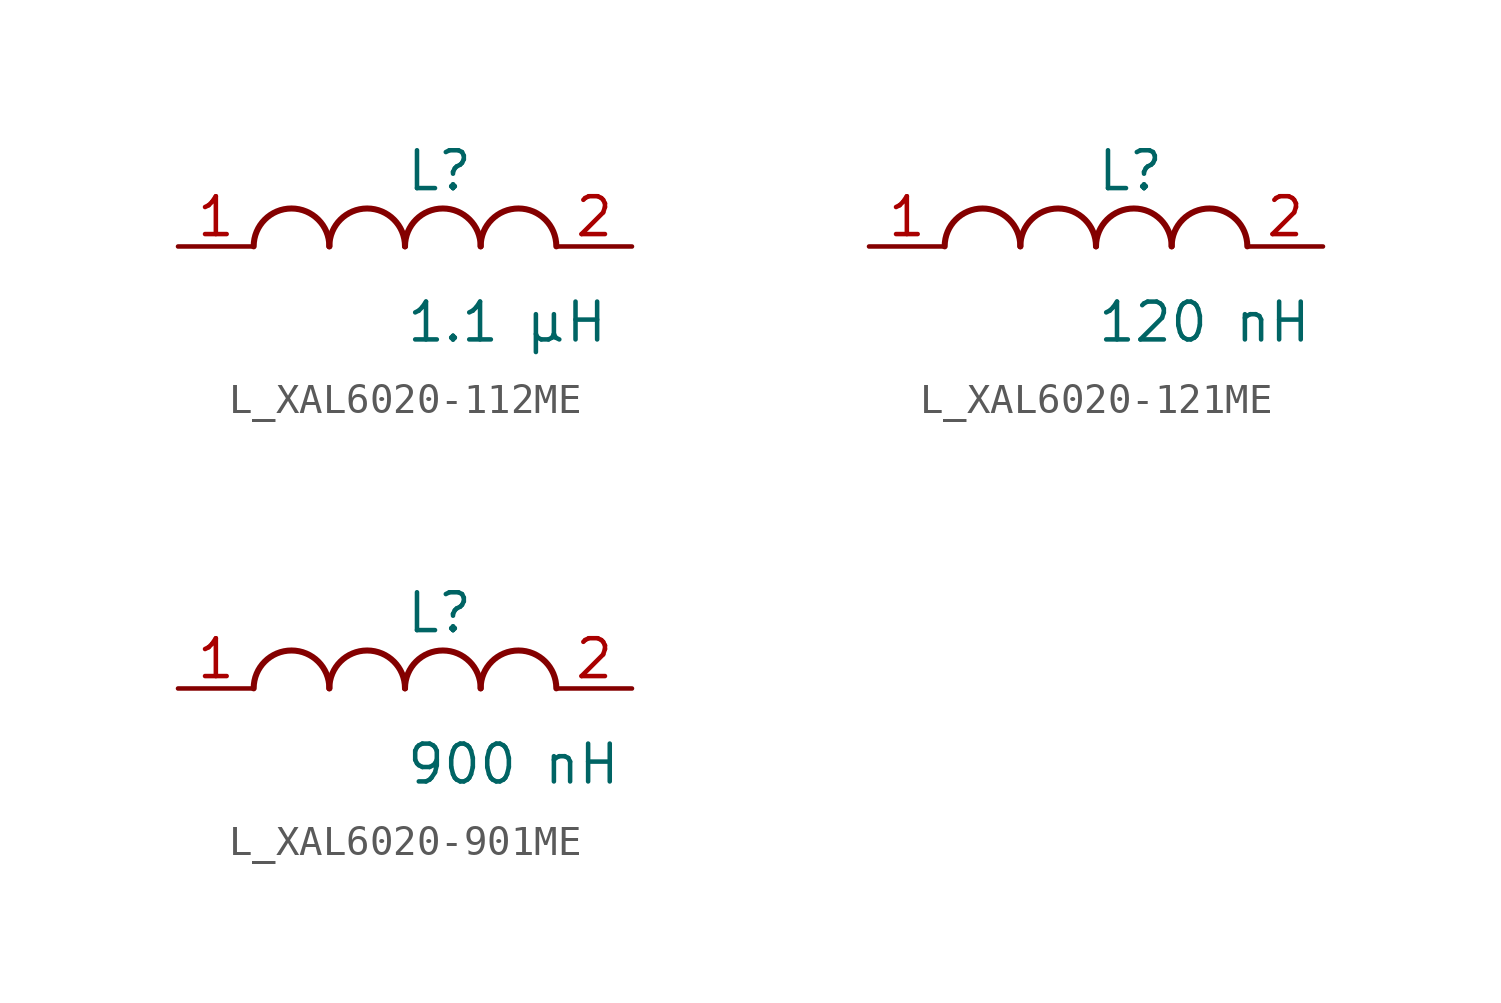
<source format=kicad_sym>
(kicad_symbol_lib
  (version 20231120)
  (generator "kicad_symbol_editor")
  (generator_version "8.0")
  (symbol "L_XAL6020-112ME"
    (pin_names
      (offset 0.254))
    (property "Value" "1.1 µH"
      (at 0 -2.54 0)
      (effects (font (size 1.27 1.27)) (justify left)))
    (property "Reference" "L"
      (at 0 2.54 0)
      (effects (font (size 1.27 1.27)) (justify left)))
    (symbol "L_XAL6020-112ME_1_1"
      (arc (start -2.54 0.0056) (mid -3.81 1.27) (end -5.08 0.0056) (stroke (width 0.2032) (type default)) (fill (type none)))
      (arc (start 0 0.0056) (mid -1.27 1.27) (end -2.54 0.0056) (stroke (width 0.2032) (type default)) (fill (type none)))
      (arc (start 2.54 0.0056) (mid 1.27 1.27) (end 0 0.0056) (stroke (width 0.2032) (type default)) (fill (type none)))
      (arc (start 5.08 0.0056) (mid 3.81 1.27) (end 2.54 0.0056) (stroke (width 0.2032) (type default)) (fill (type none)))
      (pin unspecified line (at -7.62 0 0) (length 2.54) (name "" (effects (font (size 1.27 1.27)))) (number "1" (effects (font (size 1.27 1.27)))))
      (pin unspecified line (at 7.62 0 180) (length 2.54) (name "" (effects (font (size 1.27 1.27)))) (number "2" (effects (font (size 1.27 1.27)))))))
  (symbol "L_XAL6020-121ME"
    (pin_names
      (offset 0.254))
    (property "Value" "120 nH"
      (at 0 -2.54 0)
      (effects (font (size 1.27 1.27)) (justify left)))
    (property "Reference" "L"
      (at 0 2.54 0)
      (effects (font (size 1.27 1.27)) (justify left)))
    (symbol "L_XAL6020-121ME_1_1"
      (arc (start -2.54 0.0056) (mid -3.81 1.27) (end -5.08 0.0056) (stroke (width 0.2032) (type default)) (fill (type none)))
      (arc (start 0 0.0056) (mid -1.27 1.27) (end -2.54 0.0056) (stroke (width 0.2032) (type default)) (fill (type none)))
      (arc (start 2.54 0.0056) (mid 1.27 1.27) (end 0 0.0056) (stroke (width 0.2032) (type default)) (fill (type none)))
      (arc (start 5.08 0.0056) (mid 3.81 1.27) (end 2.54 0.0056) (stroke (width 0.2032) (type default)) (fill (type none)))
      (pin unspecified line (at -7.62 0 0) (length 2.54) (name "" (effects (font (size 1.27 1.27)))) (number "1" (effects (font (size 1.27 1.27)))))
      (pin unspecified line (at 7.62 0 180) (length 2.54) (name "" (effects (font (size 1.27 1.27)))) (number "2" (effects (font (size 1.27 1.27)))))))
  (symbol "L_XAL6020-901ME"
    (pin_names
      (offset 0.254))
    (property "Value" "900 nH"
      (at 0 -2.54 0)
      (effects (font (size 1.27 1.27)) (justify left)))
    (property "Reference" "L"
      (at 0 2.54 0)
      (effects (font (size 1.27 1.27)) (justify left)))
    (symbol "L_XAL6020-901ME_1_1"
      (arc (start -2.54 0.0056) (mid -3.81 1.27) (end -5.08 0.0056) (stroke (width 0.2032) (type default)) (fill (type none)))
      (arc (start 0 0.0056) (mid -1.27 1.27) (end -2.54 0.0056) (stroke (width 0.2032) (type default)) (fill (type none)))
      (arc (start 2.54 0.0056) (mid 1.27 1.27) (end 0 0.0056) (stroke (width 0.2032) (type default)) (fill (type none)))
      (arc (start 5.08 0.0056) (mid 3.81 1.27) (end 2.54 0.0056) (stroke (width 0.2032) (type default)) (fill (type none)))
      (pin unspecified line (at -7.62 0 0) (length 2.54) (name "" (effects (font (size 1.27 1.27)))) (number "1" (effects (font (size 1.27 1.27)))))
      (pin unspecified line (at 7.62 0 180) (length 2.54) (name "" (effects (font (size 1.27 1.27)))) (number "2" (effects (font (size 1.27 1.27))))))))
</source>
